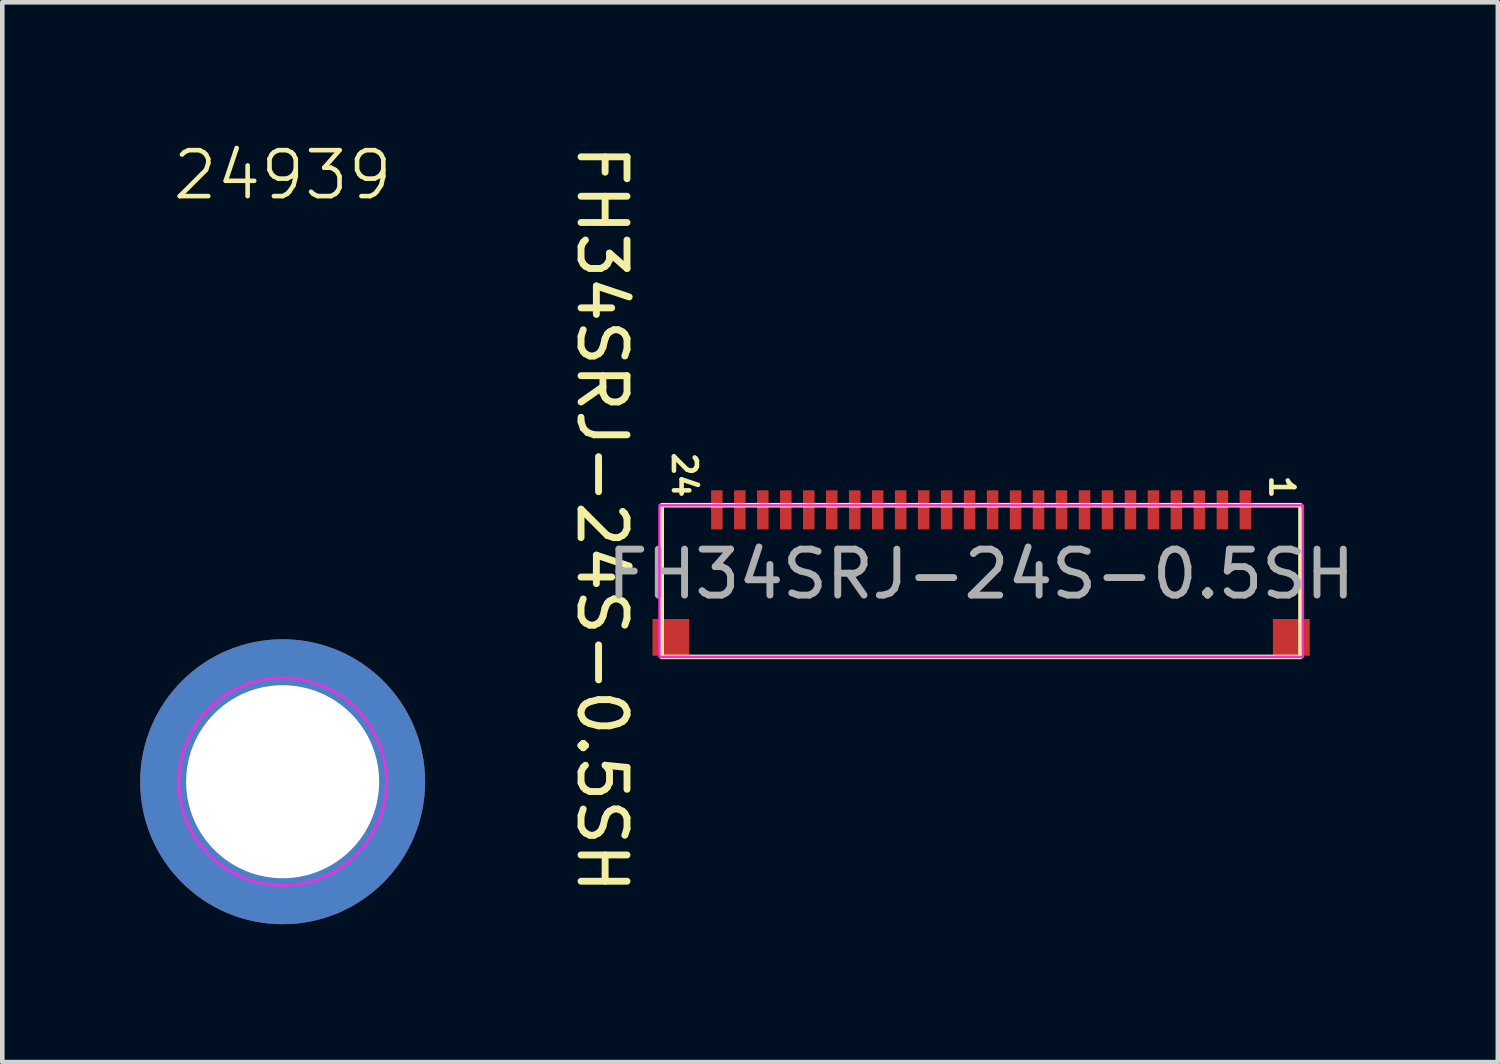
<source format=kicad_pcb>
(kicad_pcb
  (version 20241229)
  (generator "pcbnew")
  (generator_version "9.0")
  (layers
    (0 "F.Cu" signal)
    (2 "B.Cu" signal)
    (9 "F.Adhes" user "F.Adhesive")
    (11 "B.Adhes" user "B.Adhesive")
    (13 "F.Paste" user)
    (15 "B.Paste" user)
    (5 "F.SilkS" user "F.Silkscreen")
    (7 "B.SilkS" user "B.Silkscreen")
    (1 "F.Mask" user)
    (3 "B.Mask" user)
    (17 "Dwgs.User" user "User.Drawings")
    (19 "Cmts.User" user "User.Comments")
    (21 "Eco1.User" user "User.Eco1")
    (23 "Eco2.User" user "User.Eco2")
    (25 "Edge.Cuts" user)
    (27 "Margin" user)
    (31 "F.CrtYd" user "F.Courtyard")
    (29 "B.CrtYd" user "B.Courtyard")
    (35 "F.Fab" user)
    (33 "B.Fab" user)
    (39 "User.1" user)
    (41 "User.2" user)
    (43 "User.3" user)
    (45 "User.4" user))
  (footprint "FH34SRJ-24S-0.5SH"
    (layer "F.Cu")
    (at 18.298 8.244)
    (property "Reference" "FH34SRJ-24S-0.5SH" (at -8.25 0 270) (unlocked yes) (layer "F.SilkS") (effects (font (size 1 1) (thickness 0.15))))
    (attr smd)
    (fp_rect (start -6.95 -0.3) (end 6.95 3) (stroke (width 0.1) (type default)) (fill no) (layer "F.SilkS"))
    (fp_rect (start -7 -0.3) (end 7 3) (stroke (width 0.05) (type default)) (fill no) (layer "F.CrtYd"))
    (fp_text user "1" (at 6.25 -1 270) (unlocked yes) (layer "F.SilkS") (effects (font (size 0.5 0.5) (thickness 0.1)) (justify left bottom)))
    (fp_text user "24" (at -6.75 -1.5 270) (unlocked yes) (layer "F.SilkS") (effects (font (size 0.5 0.5) (thickness 0.1)) (justify left bottom)))
    (fp_text user "${REFERENCE}" (at 0 1.2 0) (unlocked yes) (layer "F.Fab") (effects (font (size 1 1) (thickness 0.15))))
    (pad "1" smd rect (at 5.75 -0.2) (size 0.25 0.85) (layers "F.Cu" "F.Mask" "F.Paste"))
    (pad "2" smd rect (at 5.25 -0.2) (size 0.25 0.85) (layers "F.Cu" "F.Mask" "F.Paste"))
    (pad "3" smd rect (at 4.75 -0.2) (size 0.25 0.85) (layers "F.Cu" "F.Mask" "F.Paste"))
    (pad "4" smd rect (at 4.25 -0.2) (size 0.25 0.85) (layers "F.Cu" "F.Mask" "F.Paste"))
    (pad "5" smd rect (at 3.75 -0.2) (size 0.25 0.85) (layers "F.Cu" "F.Mask" "F.Paste"))
    (pad "6" smd rect (at 3.25 -0.2) (size 0.25 0.85) (layers "F.Cu" "F.Mask" "F.Paste"))
    (pad "7" smd rect (at 2.75 -0.2) (size 0.25 0.85) (layers "F.Cu" "F.Mask" "F.Paste"))
    (pad "8" smd rect (at 2.25 -0.2) (size 0.25 0.85) (layers "F.Cu" "F.Mask" "F.Paste"))
    (pad "9" smd rect (at 1.75 -0.2) (size 0.25 0.85) (layers "F.Cu" "F.Mask" "F.Paste"))
    (pad "10" smd rect (at 1.25 -0.2) (size 0.25 0.85) (layers "F.Cu" "F.Mask" "F.Paste"))
    (pad "11" smd rect (at 0.75 -0.2) (size 0.25 0.85) (layers "F.Cu" "F.Mask" "F.Paste"))
    (pad "12" smd rect (at 0.25 -0.2) (size 0.25 0.85) (layers "F.Cu" "F.Mask" "F.Paste"))
    (pad "13" smd rect (at -0.25 -0.2) (size 0.25 0.85) (layers "F.Cu" "F.Mask" "F.Paste"))
    (pad "14" smd rect (at -0.75 -0.2) (size 0.25 0.85) (layers "F.Cu" "F.Mask" "F.Paste"))
    (pad "15" smd rect (at -1.25 -0.2) (size 0.25 0.85) (layers "F.Cu" "F.Mask" "F.Paste"))
    (pad "16" smd rect (at -1.75 -0.2) (size 0.25 0.85) (layers "F.Cu" "F.Mask" "F.Paste"))
    (pad "17" smd rect (at -2.25 -0.2) (size 0.25 0.85) (layers "F.Cu" "F.Mask" "F.Paste"))
    (pad "18" smd rect (at -2.75 -0.2) (size 0.25 0.85) (layers "F.Cu" "F.Mask" "F.Paste"))
    (pad "19" smd rect (at -3.25 -0.2) (size 0.25 0.85) (layers "F.Cu" "F.Mask" "F.Paste"))
    (pad "20" smd rect (at -3.75 -0.2) (size 0.25 0.85) (layers "F.Cu" "F.Mask" "F.Paste"))
    (pad "21" smd rect (at -4.25 -0.2) (size 0.25 0.85) (layers "F.Cu" "F.Mask" "F.Paste"))
    (pad "22" smd rect (at -4.75 -0.2) (size 0.25 0.85) (layers "F.Cu" "F.Mask" "F.Paste"))
    (pad "23" smd rect (at -5.25 -0.2) (size 0.25 0.85) (layers "F.Cu" "F.Mask" "F.Paste"))
    (pad "24" smd rect (at -5.75 -0.2) (size 0.25 0.85) (layers "F.Cu" "F.Mask" "F.Paste"))
    (pad "MECH" smd rect (at -6.75 2.575) (size 0.8 0.8) (layers "F.Cu" "F.Mask" "F.Paste"))
    (pad "MECH" smd rect (at 6.75 2.575) (size 0.8 0.8) (layers "F.Cu" "F.Mask" "F.Paste")))
  (footprint "24939"
    (layer "F.Cu")
    (at 3.1 13.96)
    (property "Reference" "24939" (at 0 -13.2 0) (unlocked yes) (layer "F.SilkS") (effects (font (size 1 1) (thickness 0.1))))
    (attr smd board_only)
    (fp_circle (center 0 0) (end 2.258 0) (stroke (width 0.05) (type default)) (fill no) (layer "F.CrtYd"))
    (pad "1" thru_hole circle (at 0 0) (size 6.2 6.2) (drill 4.2) (layers "*.Cu" "*.Mask")))
  (gr_rect
    (start -3 -3)
    (end 29.542 20.061)
    (stroke (width 0.1) (type default))
    (fill no)
    (layer "Edge.Cuts")))
</source>
